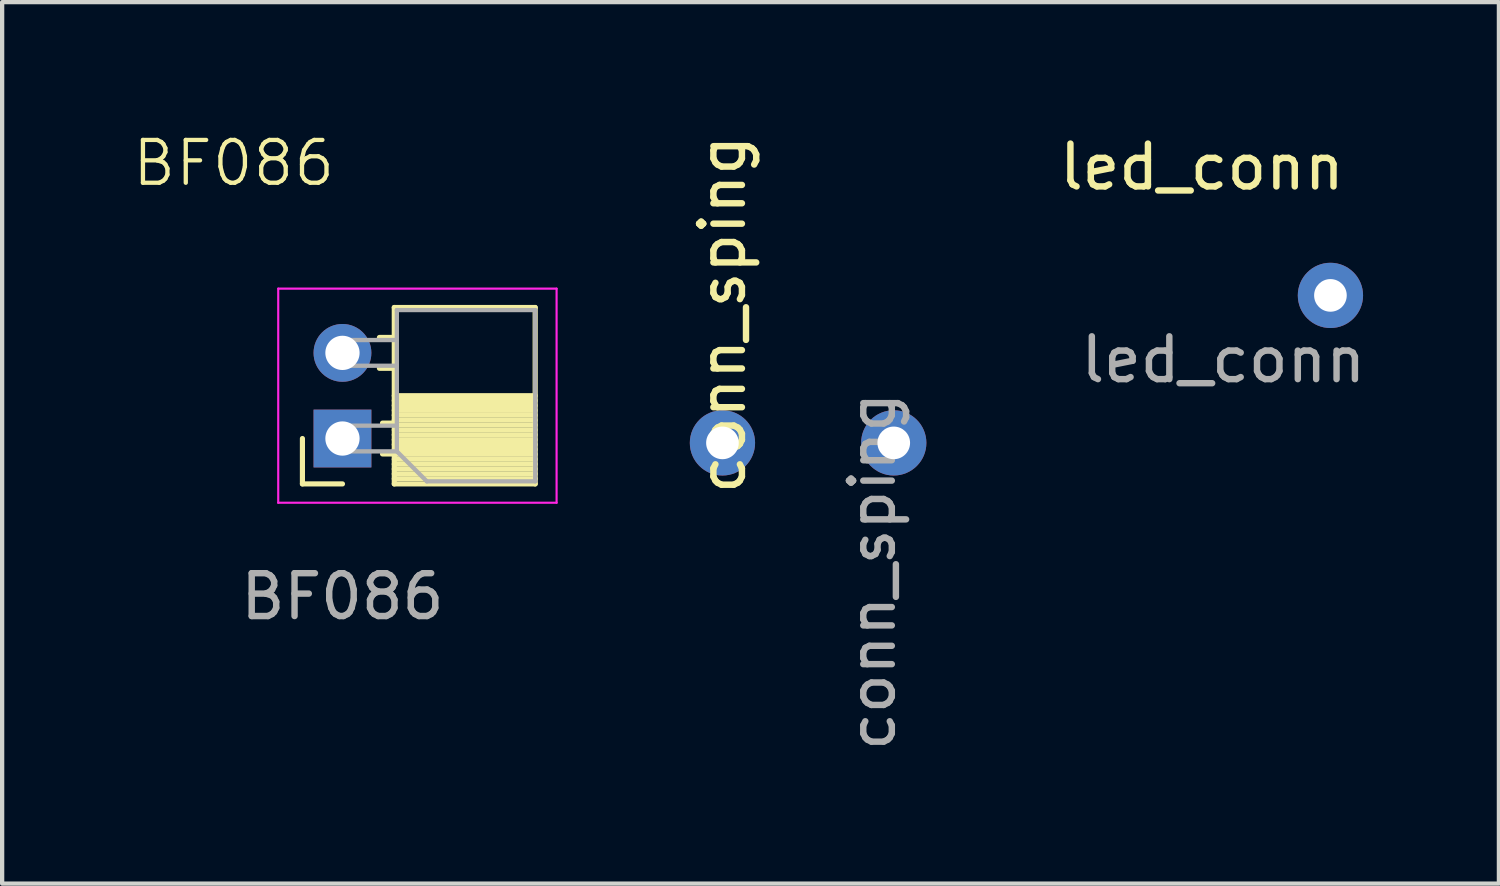
<source format=kicad_pcb>
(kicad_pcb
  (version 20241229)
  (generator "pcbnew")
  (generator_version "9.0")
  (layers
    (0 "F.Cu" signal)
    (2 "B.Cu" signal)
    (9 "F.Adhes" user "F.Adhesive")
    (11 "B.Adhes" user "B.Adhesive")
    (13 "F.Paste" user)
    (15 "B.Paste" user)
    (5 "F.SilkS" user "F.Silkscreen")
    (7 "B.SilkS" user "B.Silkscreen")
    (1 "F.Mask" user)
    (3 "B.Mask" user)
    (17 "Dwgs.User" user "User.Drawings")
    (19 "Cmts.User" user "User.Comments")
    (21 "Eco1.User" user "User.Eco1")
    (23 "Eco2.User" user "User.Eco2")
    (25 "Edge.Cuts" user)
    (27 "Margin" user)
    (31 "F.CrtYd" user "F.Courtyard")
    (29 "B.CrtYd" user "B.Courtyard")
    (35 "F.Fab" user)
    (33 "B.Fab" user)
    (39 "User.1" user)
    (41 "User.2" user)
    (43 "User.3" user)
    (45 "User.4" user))
  (footprint "BF086"
    (layer "F.Cu")
    (at 4.947 8.38)
    (property "Reference" "BF086" (at -2.54 -7.62 0) (unlocked yes) (layer "F.SilkS") (effects (font (size 1 1) (thickness 0.1))))
    (attr through_hole)
    (fp_line (start -0.935 -0.13) (end -0.935 -1.19) (stroke (width 0.12) (type solid)) (layer "F.SilkS"))
    (fp_line (start 0 -0.13) (end -0.935 -0.13) (stroke (width 0.12) (type solid)) (layer "F.SilkS"))
    (fp_line (start 1.21 -3.55) (end 0.863 -3.55) (stroke (width 0.12) (type solid)) (layer "F.SilkS"))
    (fp_line (start 1.21 -2.83) (end 0.863 -2.83) (stroke (width 0.12) (type solid)) (layer "F.SilkS"))
    (fp_line (start 1.21 -1.55) (end 0.935 -1.55) (stroke (width 0.12) (type solid)) (layer "F.SilkS"))
    (fp_line (start 1.21 -0.83) (end 0.935 -0.83) (stroke (width 0.12) (type solid)) (layer "F.SilkS"))
    (fp_line (start 1.21 -0.13) (end 1.21 -4.25) (stroke (width 0.12) (type solid)) (layer "F.SilkS"))
    (fp_line (start 4.5 -4.25) (end 1.21 -4.25) (stroke (width 0.12) (type solid)) (layer "F.SilkS"))
    (fp_line (start 4.5 -2.19) (end 1.21 -2.19) (stroke (width 0.12) (type solid)) (layer "F.SilkS"))
    (fp_line (start 4.5 -2.076) (end 1.21 -2.076) (stroke (width 0.12) (type solid)) (layer "F.SilkS"))
    (fp_line (start 4.5 -1.962) (end 1.21 -1.962) (stroke (width 0.12) (type solid)) (layer "F.SilkS"))
    (fp_line (start 4.5 -1.848) (end 1.21 -1.848) (stroke (width 0.12) (type solid)) (layer "F.SilkS"))
    (fp_line (start 4.5 -1.734) (end 1.21 -1.734) (stroke (width 0.12) (type solid)) (layer "F.SilkS"))
    (fp_line (start 4.5 -1.619) (end 1.21 -1.619) (stroke (width 0.12) (type solid)) (layer "F.SilkS"))
    (fp_line (start 4.5 -1.505) (end 1.21 -1.505) (stroke (width 0.12) (type solid)) (layer "F.SilkS"))
    (fp_line (start 4.5 -1.391) (end 1.21 -1.391) (stroke (width 0.12) (type solid)) (layer "F.SilkS"))
    (fp_line (start 4.5 -1.277) (end 1.21 -1.277) (stroke (width 0.12) (type solid)) (layer "F.SilkS"))
    (fp_line (start 4.5 -1.163) (end 1.21 -1.163) (stroke (width 0.12) (type solid)) (layer "F.SilkS"))
    (fp_line (start 4.5 -1.049) (end 1.21 -1.049) (stroke (width 0.12) (type solid)) (layer "F.SilkS"))
    (fp_line (start 4.5 -0.935) (end 1.21 -0.935) (stroke (width 0.12) (type solid)) (layer "F.SilkS"))
    (fp_line (start 4.5 -0.821) (end 1.21 -0.821) (stroke (width 0.12) (type solid)) (layer "F.SilkS"))
    (fp_line (start 4.5 -0.706) (end 1.21 -0.706) (stroke (width 0.12) (type solid)) (layer "F.SilkS"))
    (fp_line (start 4.5 -0.592) (end 1.21 -0.592) (stroke (width 0.12) (type solid)) (layer "F.SilkS"))
    (fp_line (start 4.5 -0.478) (end 1.21 -0.478) (stroke (width 0.12) (type solid)) (layer "F.SilkS"))
    (fp_line (start 4.5 -0.364) (end 1.21 -0.364) (stroke (width 0.12) (type solid)) (layer "F.SilkS"))
    (fp_line (start 4.5 -0.25) (end 1.21 -0.25) (stroke (width 0.12) (type solid)) (layer "F.SilkS"))
    (fp_line (start 4.5 -0.13) (end 1.21 -0.13) (stroke (width 0.12) (type solid)) (layer "F.SilkS"))
    (fp_line (start 4.5 -0.13) (end 4.5 -4.25) (stroke (width 0.12) (type solid)) (layer "F.SilkS"))
    (fp_line (start -1.5 -4.69) (end -1.5 0.31) (stroke (width 0.05) (type solid)) (layer "F.CrtYd"))
    (fp_line (start -1.5 0.31) (end 5 0.31) (stroke (width 0.05) (type solid)) (layer "F.CrtYd"))
    (fp_line (start 5 -4.69) (end -1.5 -4.69) (stroke (width 0.05) (type solid)) (layer "F.CrtYd"))
    (fp_line (start 5 0.31) (end 5 -4.69) (stroke (width 0.05) (type solid)) (layer "F.CrtYd"))
    (fp_line (start 0 -3.49) (end 0 -2.89) (stroke (width 0.1) (type solid)) (layer "F.Fab"))
    (fp_line (start 0 -2.89) (end 1.27 -2.89) (stroke (width 0.1) (type solid)) (layer "F.Fab"))
    (fp_line (start 0 -1.49) (end 0 -0.89) (stroke (width 0.1) (type solid)) (layer "F.Fab"))
    (fp_line (start 0 -0.89) (end 1.27 -0.89) (stroke (width 0.1) (type solid)) (layer "F.Fab"))
    (fp_line (start 1.27 -4.19) (end 4.5 -4.19) (stroke (width 0.1) (type solid)) (layer "F.Fab"))
    (fp_line (start 1.27 -3.49) (end 0 -3.49) (stroke (width 0.1) (type solid)) (layer "F.Fab"))
    (fp_line (start 1.27 -1.49) (end 0 -1.49) (stroke (width 0.1) (type solid)) (layer "F.Fab"))
    (fp_line (start 1.27 -0.89) (end 1.27 -4.19) (stroke (width 0.1) (type solid)) (layer "F.Fab"))
    (fp_line (start 1.97 -0.19) (end 1.27 -0.89) (stroke (width 0.1) (type solid)) (layer "F.Fab"))
    (fp_line (start 4.5 -4.19) (end 4.5 -0.19) (stroke (width 0.1) (type solid)) (layer "F.Fab"))
    (fp_line (start 4.5 -0.19) (end 1.97 -0.19) (stroke (width 0.1) (type solid)) (layer "F.Fab"))
    (fp_text user "${REFERENCE}" (at 0 2.5 0) (unlocked yes) (layer "F.Fab") (effects (font (size 1 1) (thickness 0.15))))
    (pad "1" thru_hole rect (at 0 -1.19 180) (size 1.35 1.35) (drill 0.8) (layers "*.Cu" "*.Mask"))
    (pad "2" thru_hole oval (at 0 -3.19 180) (size 1.35 1.35) (drill 0.8) (layers "*.Cu" "*.Mask")))
  (footprint "led_conn"
    (layer "F.Cu")
    (at 28.017 3.848)
    (property "Reference" "led_conn" (at -3 -3 0) (unlocked yes) (layer "F.SilkS") (effects (font (size 1 1) (thickness 0.15))))
    (attr through_hole)
    (fp_text user "${REFERENCE}" (at -2.5 1.5 0) (unlocked yes) (layer "F.Fab") (effects (font (size 1 1) (thickness 0.15))))
    (pad "1" thru_hole circle (at 0 0) (size 1.524 1.524) (drill 0.762) (layers "*.Cu" "*.Mask")))
  (footprint "conn_sping"
    (layer "F.Cu")
    (at 13.82 7.292)
    (property "Reference" "conn_sping" (at 0 -3 90) (unlocked yes) (layer "F.SilkS") (effects (font (size 1 1) (thickness 0.15))))
    (attr through_hole)
    (fp_text user "${REFERENCE}" (at 3.5 3 90) (unlocked yes) (layer "F.Fab") (effects (font (size 1 1) (thickness 0.15))))
    (pad "1" thru_hole circle (at 0 0) (size 1.524 1.524) (drill 0.762) (layers "*.Cu" "*.Mask"))
    (pad "2" thru_hole circle (at 4 0) (size 1.524 1.524) (drill 0.762) (layers "*.Cu" "*.Mask")))
  (gr_rect
    (start -3 -3)
    (end 31.951 17.583)
    (stroke (width 0.1) (type default))
    (fill no)
    (layer "Edge.Cuts")))
</source>
